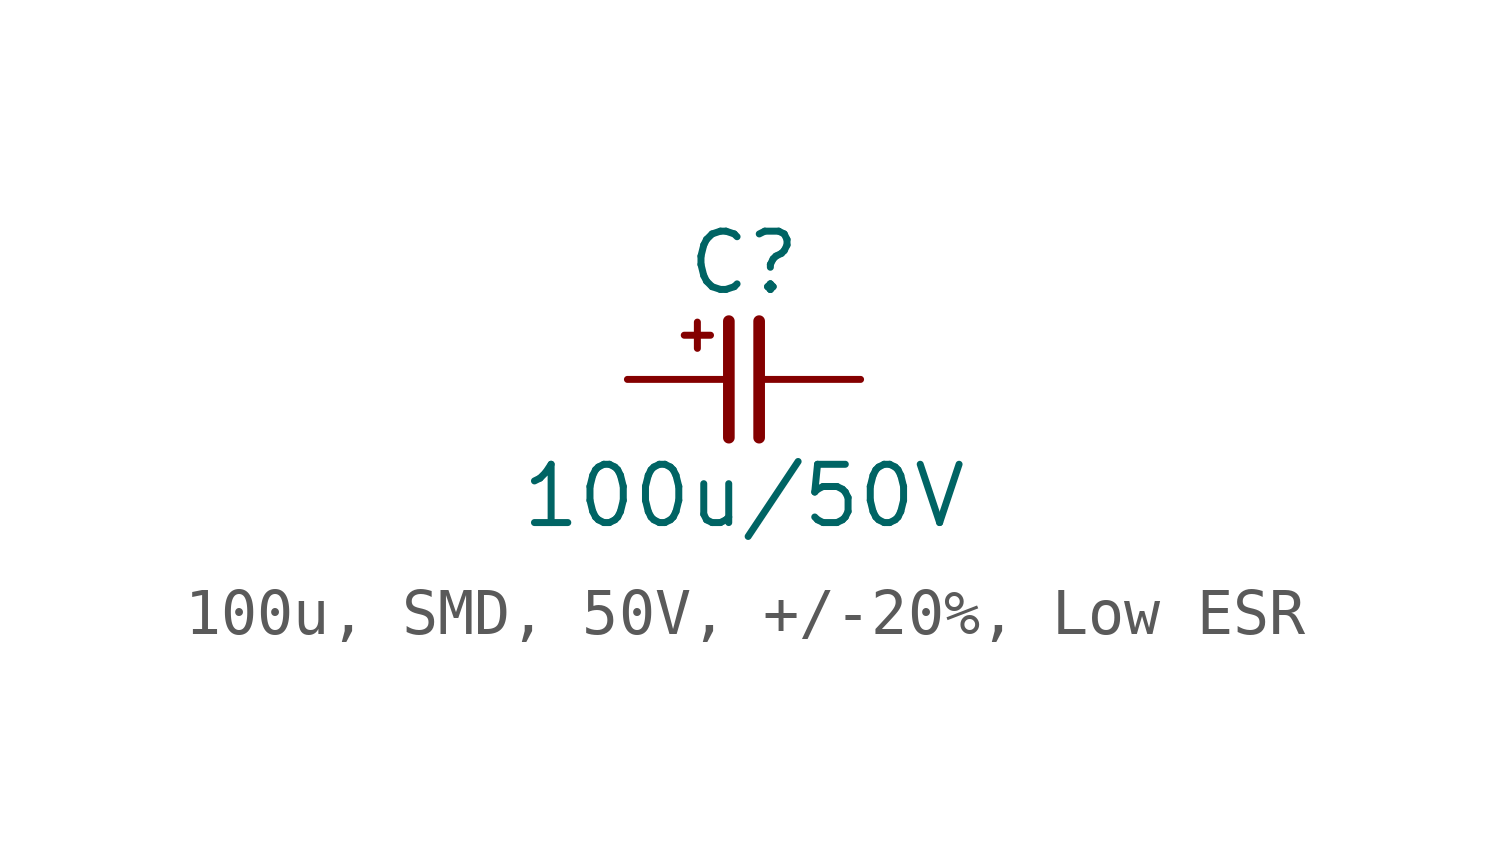
<source format=kicad_sym>
(kicad_symbol_lib
  (version 20231120)
  (generator "kicad_symbol_editor")
  (generator_version "8.0")
  (symbol "100u, SMD, 50V, +/-20%, Low ESR"
    (pin_numbers hide)
    (pin_names
      (offset 0) hide)
    (property "Reference" "C"
      (at 0 2.54 0)
      (effects (font (size 1.27 1.27))))
    (property "Value" "100u/50V"
      (at 0 -2.54 0)
      (effects (font (size 1.27 1.27))))
    (symbol "100u, SMD, 50V, +/-20%, Low ESR_0_0"
      (text "+" (at -1.016 1.016 0) (effects (font (size 0.75 0.75)))))
    (symbol "100u, SMD, 50V, +/-20%, Low ESR_0_1"
      (polyline (pts (xy -0.33 1.27) (xy -0.33 -1.27)) (stroke (width 0.254) (type default)) (fill (type none)))
      (polyline (pts (xy 0.33 1.27) (xy 0.33 -1.27)) (stroke (width 0.254) (type default)) (fill (type none))))
    (symbol "100u, SMD, 50V, +/-20%, Low ESR_1_1"
      (pin passive line (at -2.54 0 0) (length 2.21) (name "1" (effects (font (size 1.27 1.27)))) (number "1" (effects (font (size 1.27 1.27)))))
      (pin passive line (at 2.54 0 180) (length 2.21) (name "2" (effects (font (size 1.27 1.27)))) (number "2" (effects (font (size 1.27 1.27))))))))
</source>
